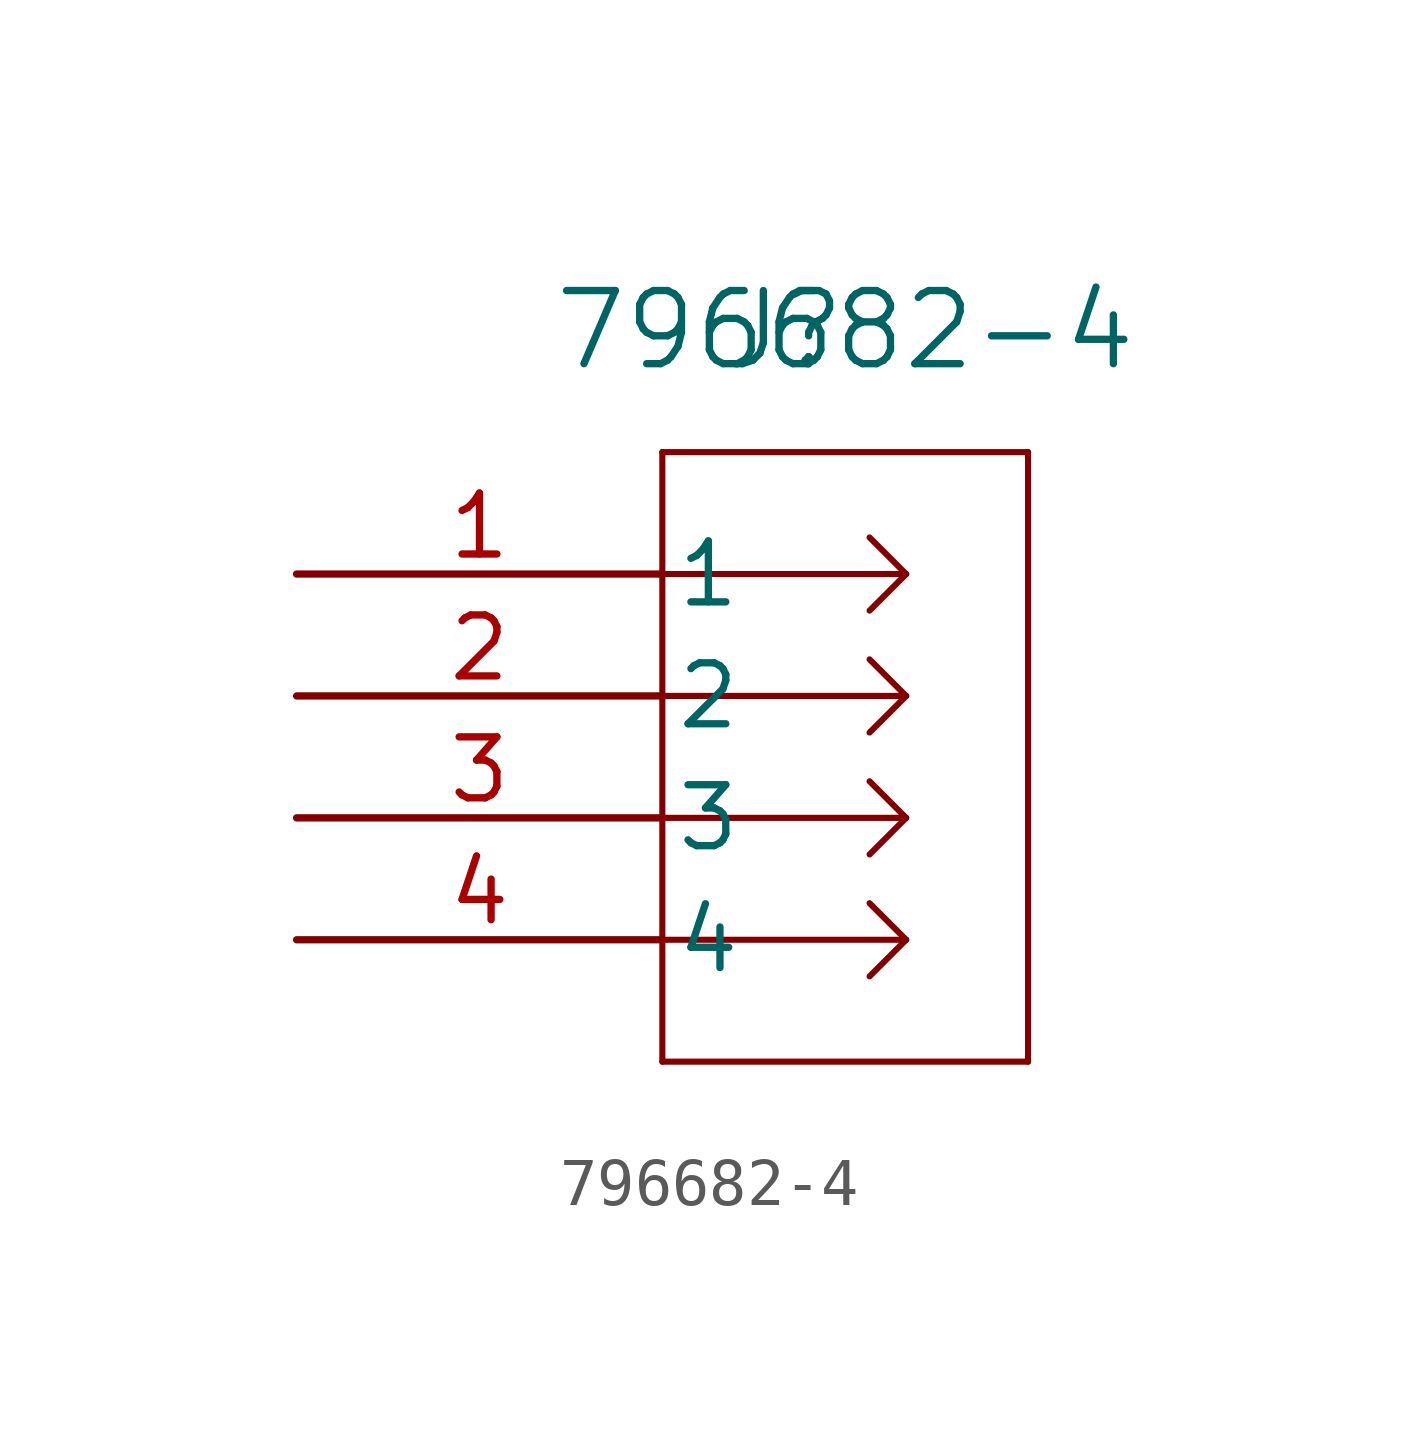
<source format=kicad_sym>
(kicad_symbol_lib
  (version 20211014)
  (generator kicad_symbol_editor)
  (symbol "796682-4"
    (pin_names
      (offset 0.254))
    (property "Reference" "J"
      (at 10.16 5.08 0)
      (effects (font (size 1.524 1.524))))
    (property "Value" "796682-4"
      (at 11.43 5.08 0)
      (effects (font (size 1.524 1.524))))
    (symbol "796682-4_0_1"
      (polyline (pts (xy 7.62 2.54) (xy 7.62 -10.16)) (stroke (width 0.127) (type default) (color 0 0 0 0)) (fill (type none)))
      (polyline (pts (xy 7.62 -10.16) (xy 15.24 -10.16)) (stroke (width 0.127) (type default) (color 0 0 0 0)) (fill (type none)))
      (polyline (pts (xy 15.24 -10.16) (xy 15.24 2.54)) (stroke (width 0.127) (type default) (color 0 0 0 0)) (fill (type none)))
      (polyline (pts (xy 15.24 2.54) (xy 7.62 2.54)) (stroke (width 0.127) (type default) (color 0 0 0 0)) (fill (type none)))
      (polyline (pts (xy 7.62 0) (xy 12.7 0)) (stroke (width 0.127) (type default) (color 0 0 0 0)) (fill (type none)))
      (polyline (pts (xy 7.62 -2.54) (xy 12.7 -2.54)) (stroke (width 0.127) (type default) (color 0 0 0 0)) (fill (type none)))
      (polyline (pts (xy 7.62 -5.08) (xy 12.7 -5.08)) (stroke (width 0.127) (type default) (color 0 0 0 0)) (fill (type none)))
      (polyline (pts (xy 7.62 -7.62) (xy 12.7 -7.62)) (stroke (width 0.127) (type default) (color 0 0 0 0)) (fill (type none)))
      (polyline (pts (xy 12.7 0) (xy 11.938 0.762)) (stroke (width 0.127) (type default) (color 0 0 0 0)) (fill (type none)))
      (polyline (pts (xy 12.7 0) (xy 11.938 -0.762)) (stroke (width 0.127) (type default) (color 0 0 0 0)) (fill (type none)))
      (polyline (pts (xy 12.7 -2.54) (xy 11.938 -1.778)) (stroke (width 0.127) (type default) (color 0 0 0 0)) (fill (type none)))
      (polyline (pts (xy 12.7 -2.54) (xy 11.938 -3.302)) (stroke (width 0.127) (type default) (color 0 0 0 0)) (fill (type none)))
      (polyline (pts (xy 12.7 -5.08) (xy 11.938 -4.318)) (stroke (width 0.127) (type default) (color 0 0 0 0)) (fill (type none)))
      (polyline (pts (xy 12.7 -5.08) (xy 11.938 -5.842)) (stroke (width 0.127) (type default) (color 0 0 0 0)) (fill (type none)))
      (polyline (pts (xy 12.7 -7.62) (xy 11.938 -6.858)) (stroke (width 0.127) (type default) (color 0 0 0 0)) (fill (type none)))
      (polyline (pts (xy 12.7 -7.62) (xy 11.938 -8.382)) (stroke (width 0.127) (type default) (color 0 0 0 0)) (fill (type none)))
      (pin unspecified line (at 0 0 0) (length 7.62) (name "1" (effects (font (size 1.27 1.27)))) (number "1" (effects (font (size 1.27 1.27)))))
      (pin unspecified line (at 0 -2.54 0) (length 7.62) (name "2" (effects (font (size 1.27 1.27)))) (number "2" (effects (font (size 1.27 1.27)))))
      (pin unspecified line (at 0 -5.08 0) (length 7.62) (name "3" (effects (font (size 1.27 1.27)))) (number "3" (effects (font (size 1.27 1.27)))))
      (pin unspecified line (at 0 -7.62 0) (length 7.62) (name "4" (effects (font (size 1.27 1.27)))) (number "4" (effects (font (size 1.27 1.27))))))))
</source>
